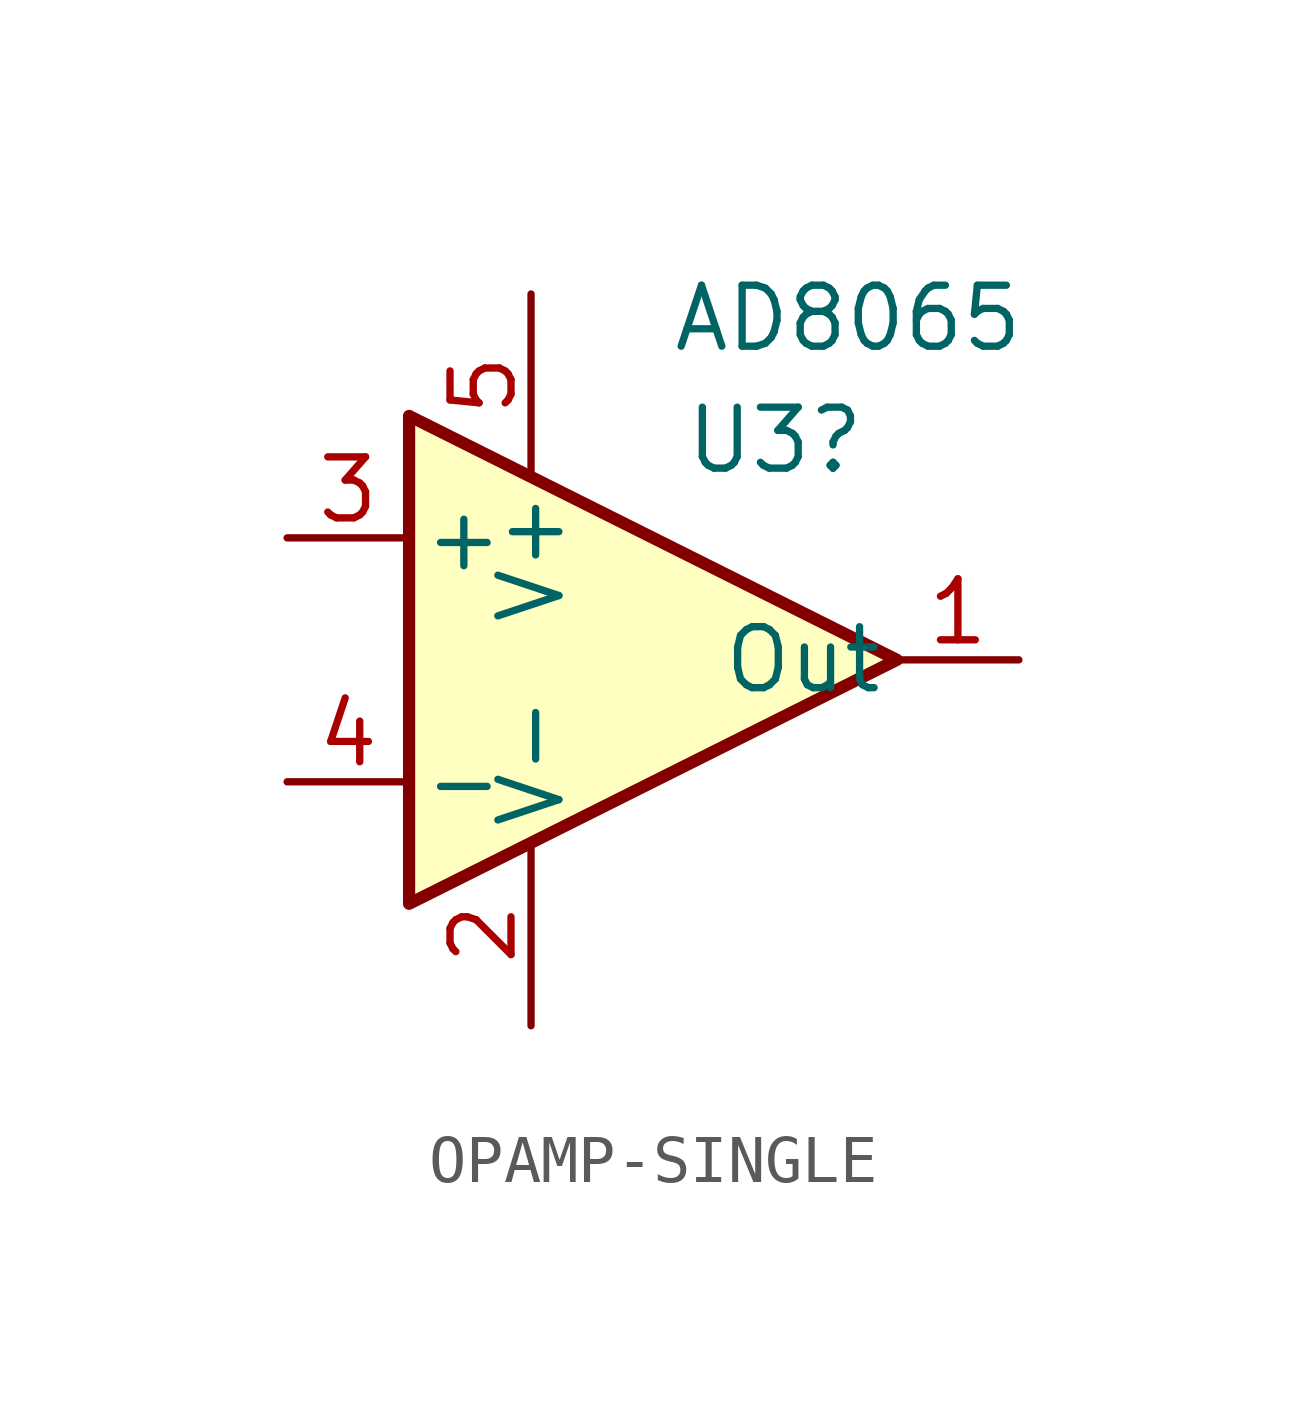
<source format=kicad_sym>
(kicad_symbol_lib
  (version 20220914)
  (generator kicad_symbol_editor)
  (symbol "OPAMP-SINGLE"
    (pin_names
      (offset 0.254))
    (property "Reference" "U3"
      (at 2.54 4.572 0)
      (effects (font (size 1.27 1.27))))
    (property "Value" "AD8065"
      (at 4.064 7.112 0)
      (effects (font (size 1.27 1.27))))
    (symbol "OPAMP-SINGLE_0_1"
      (polyline (pts (xy 5.08 0) (xy -5.08 5.08) (xy -5.08 -5.08) (xy 5.08 0)) (stroke (width 0.254) (type default)) (fill (type background))))
    (symbol "OPAMP-SINGLE_1_1"
      (pin output line (at 7.62 0 180) (length 2.54) (name "Out" (effects (font (size 1.27 1.27)))) (number "1" (effects (font (size 1.27 1.27)))))
      (pin power_in line (at -2.54 -7.62 90) (length 3.81) (name "V-" (effects (font (size 1.27 1.27)))) (number "2" (effects (font (size 1.27 1.27)))))
      (pin input line (at -7.62 2.54 0) (length 2.54) (name "+" (effects (font (size 1.27 1.27)))) (number "3" (effects (font (size 1.27 1.27)))))
      (pin input line (at -7.62 -2.54 0) (length 2.54) (name "-" (effects (font (size 1.27 1.27)))) (number "4" (effects (font (size 1.27 1.27)))))
      (pin power_in line (at -2.54 7.62 270) (length 3.81) (name "V+" (effects (font (size 1.27 1.27)))) (number "5" (effects (font (size 1.27 1.27))))))))
</source>
